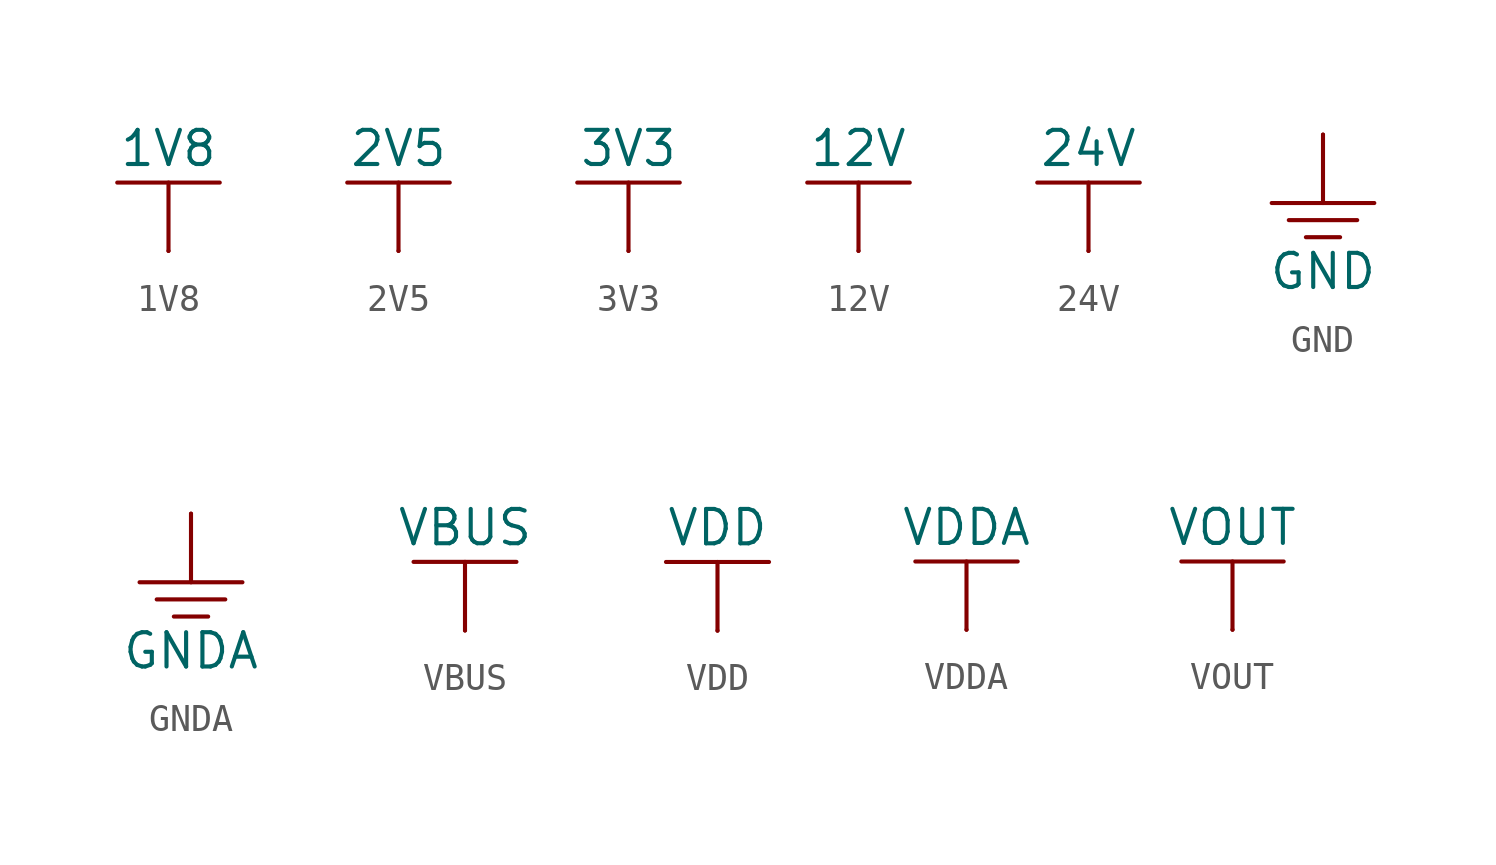
<source format=kicad_sym>
(kicad_symbol_lib
  (version 20211014)
  (generator kicad_symbol_editor)
  (symbol "1V8"
    (power)
    (property "Reference" "#1V8?"
      (at 0 -9.525 0)
      (effects (font (size 1.27 1.27)) hide))
    (property "Value" "1V8"
      (at 0 1.27 0)
      (effects (font (size 1.27 1.27))))
    (symbol "1V8_0_1"
      (polyline (pts (xy -1.905 0) (xy 1.905 0)) (stroke (width 0) (type default) (color 0 0 0 0)) (fill (type none)))
      (polyline (pts (xy 0 0) (xy 0 -2.54)) (stroke (width 0) (type default) (color 0 0 0 0)) (fill (type none))))
    (symbol "1V8_1_1"
      (pin power_in line (at 0 -2.54 90) (length 0) (name "1V8" (effects (font (size 0 0)))) (number "1" (effects (font (size 0 0)))))))
  (symbol "2V5"
    (power)
    (property "Reference" "#2V5?"
      (at 0 -9.525 0)
      (effects (font (size 1.27 1.27)) hide))
    (property "Value" "2V5"
      (at 0 1.27 0)
      (effects (font (size 1.27 1.27))))
    (symbol "2V5_0_1"
      (polyline (pts (xy -1.905 0) (xy 1.905 0)) (stroke (width 0) (type default) (color 0 0 0 0)) (fill (type none)))
      (polyline (pts (xy 0 0) (xy 0 -2.54)) (stroke (width 0) (type default) (color 0 0 0 0)) (fill (type none))))
    (symbol "2V5_1_1"
      (pin power_in line (at 0 -2.54 90) (length 0) (name "2V5" (effects (font (size 0 0)))) (number "1" (effects (font (size 0 0)))))))
  (symbol "3V3"
    (power)
    (property "Reference" "#3V3?"
      (at 0 -9.525 0)
      (effects (font (size 1.27 1.27)) hide))
    (property "Value" "3V3"
      (at 0 1.27 0)
      (effects (font (size 1.27 1.27))))
    (symbol "3V3_0_1"
      (polyline (pts (xy -1.905 0) (xy 1.905 0)) (stroke (width 0) (type default) (color 0 0 0 0)) (fill (type none)))
      (polyline (pts (xy 0 0) (xy 0 -2.54)) (stroke (width 0) (type default) (color 0 0 0 0)) (fill (type none))))
    (symbol "3V3_1_1"
      (pin power_in line (at 0 -2.54 90) (length 0) (name "3V3" (effects (font (size 0 0)))) (number "1" (effects (font (size 0 0)))))))
  (symbol "12V"
    (power)
    (property "Reference" "#12V?"
      (at 0 -9.525 0)
      (effects (font (size 1.27 1.27)) hide))
    (property "Value" "12V"
      (at 0 1.27 0)
      (effects (font (size 1.27 1.27))))
    (symbol "12V_0_1"
      (polyline (pts (xy -1.905 0) (xy 1.905 0)) (stroke (width 0) (type default) (color 0 0 0 0)) (fill (type none)))
      (polyline (pts (xy 0 0) (xy 0 -2.54)) (stroke (width 0) (type default) (color 0 0 0 0)) (fill (type none))))
    (symbol "12V_1_1"
      (pin power_in line (at 0 -2.54 90) (length 0) (name "12V" (effects (font (size 0 0)))) (number "1" (effects (font (size 0 0)))))))
  (symbol "24V"
    (power)
    (property "Reference" "#24V?"
      (at 0 -9.525 0)
      (effects (font (size 1.27 1.27)) hide))
    (property "Value" "24V"
      (at 0 1.27 0)
      (effects (font (size 1.27 1.27))))
    (symbol "24V_0_1"
      (polyline (pts (xy -1.905 0) (xy 1.905 0)) (stroke (width 0) (type default) (color 0 0 0 0)) (fill (type none)))
      (polyline (pts (xy 0 0) (xy 0 -2.54)) (stroke (width 0) (type default) (color 0 0 0 0)) (fill (type none))))
    (symbol "24V_1_1"
      (pin power_in line (at 0 -2.54 90) (length 0) (name "24V" (effects (font (size 0 0)))) (number "1" (effects (font (size 0 0)))))))
  (symbol "GND"
    (power)
    (property "Reference" "#GND?"
      (at 0 6.35 0)
      (effects (font (size 1.27 1.27)) hide))
    (property "Value" "GND"
      (at 0 -5.08 0)
      (effects (font (size 1.27 1.27))))
    (symbol "GND_0_1"
      (polyline (pts (xy -1.905 -2.54) (xy 1.905 -2.54)) (stroke (width 0) (type default) (color 0 0 0 0)) (fill (type none)))
      (polyline (pts (xy -1.27 -3.175) (xy 1.27 -3.175)) (stroke (width 0) (type default) (color 0 0 0 0)) (fill (type none)))
      (polyline (pts (xy -0.635 -3.81) (xy 0.635 -3.81)) (stroke (width 0) (type default) (color 0 0 0 0)) (fill (type none)))
      (polyline (pts (xy 0 0) (xy 0 -2.54)) (stroke (width 0) (type default) (color 0 0 0 0)) (fill (type none))))
    (symbol "GND_1_1"
      (pin power_in line (at 0 0 270) (length 0) (name "GND" (effects (font (size 0 0)))) (number "1" (effects (font (size 0 0)))))))
  (symbol "GNDA"
    (power)
    (property "Reference" "#GNDA?"
      (at 0 6.35 0)
      (effects (font (size 1.27 1.27)) hide))
    (property "Value" "GNDA"
      (at 0 -5.08 0)
      (effects (font (size 1.27 1.27))))
    (symbol "GNDA_0_1"
      (polyline (pts (xy -1.905 -2.54) (xy 1.905 -2.54)) (stroke (width 0) (type default) (color 0 0 0 0)) (fill (type none)))
      (polyline (pts (xy -1.27 -3.175) (xy 1.27 -3.175)) (stroke (width 0) (type default) (color 0 0 0 0)) (fill (type none)))
      (polyline (pts (xy -0.635 -3.81) (xy 0.635 -3.81)) (stroke (width 0) (type default) (color 0 0 0 0)) (fill (type none)))
      (polyline (pts (xy 0 0) (xy 0 -2.54)) (stroke (width 0) (type default) (color 0 0 0 0)) (fill (type none))))
    (symbol "GNDA_1_1"
      (pin power_in line (at 0 0 270) (length 0) (name "GNDA" (effects (font (size 0 0)))) (number "1" (effects (font (size 0 0)))))))
  (symbol "VBUS"
    (power)
    (property "Reference" "#VBUS?"
      (at 0 -9.525 0)
      (effects (font (size 1.27 1.27)) hide))
    (property "Value" "VBUS"
      (at 0 1.27 0)
      (effects (font (size 1.27 1.27))))
    (symbol "VBUS_0_1"
      (polyline (pts (xy -1.905 0) (xy 1.905 0)) (stroke (width 0) (type default) (color 0 0 0 0)) (fill (type none)))
      (polyline (pts (xy 0 0) (xy 0 -2.54)) (stroke (width 0) (type default) (color 0 0 0 0)) (fill (type none))))
    (symbol "VBUS_1_1"
      (pin power_in line (at 0 -2.54 90) (length 0) (name "VBUS" (effects (font (size 0 0)))) (number "1" (effects (font (size 0 0)))))))
  (symbol "VDD"
    (power)
    (property "Reference" "#VDD?"
      (at 0 -9.525 0)
      (effects (font (size 1.27 1.27)) hide))
    (property "Value" "VDD"
      (at 0 1.27 0)
      (effects (font (size 1.27 1.27))))
    (symbol "VDD_0_1"
      (polyline (pts (xy -1.905 0) (xy 1.905 0)) (stroke (width 0) (type default) (color 0 0 0 0)) (fill (type none)))
      (polyline (pts (xy 0 0) (xy 0 -2.54)) (stroke (width 0) (type default) (color 0 0 0 0)) (fill (type none))))
    (symbol "VDD_1_1"
      (pin power_in line (at 0 -2.54 90) (length 0) (name "VDD" (effects (font (size 0 0)))) (number "1" (effects (font (size 0 0)))))))
  (symbol "VDDA"
    (power)
    (property "Reference" "#VDDA?"
      (at 0 -9.525 0)
      (effects (font (size 1.27 1.27)) hide))
    (property "Value" "VDDA"
      (at 0 1.27 0)
      (effects (font (size 1.27 1.27))))
    (symbol "VDDA_0_1"
      (polyline (pts (xy -1.905 0) (xy 1.905 0)) (stroke (width 0) (type default) (color 0 0 0 0)) (fill (type none)))
      (polyline (pts (xy 0 -2.54) (xy 0 0)) (stroke (width 0) (type default) (color 0 0 0 0)) (fill (type none))))
    (symbol "VDDA_1_1"
      (pin power_in line (at 0 -2.54 90) (length 0) (name "VDDA" (effects (font (size 0 0)))) (number "1" (effects (font (size 0 0)))))))
  (symbol "VOUT"
    (power)
    (property "Reference" "#VOUT?"
      (at 0 -9.525 0)
      (effects (font (size 1.27 1.27)) hide))
    (property "Value" "VOUT"
      (at 0 1.27 0)
      (effects (font (size 1.27 1.27))))
    (symbol "VOUT_0_1"
      (polyline (pts (xy -1.905 0) (xy 1.905 0)) (stroke (width 0) (type default) (color 0 0 0 0)) (fill (type none)))
      (polyline (pts (xy 0 -2.54) (xy 0 0)) (stroke (width 0) (type default) (color 0 0 0 0)) (fill (type none))))
    (symbol "VOUT_1_1"
      (pin power_in line (at 0 -2.54 90) (length 0) (name "VOUT" (effects (font (size 0 0)))) (number "1" (effects (font (size 0 0))))))))
</source>
